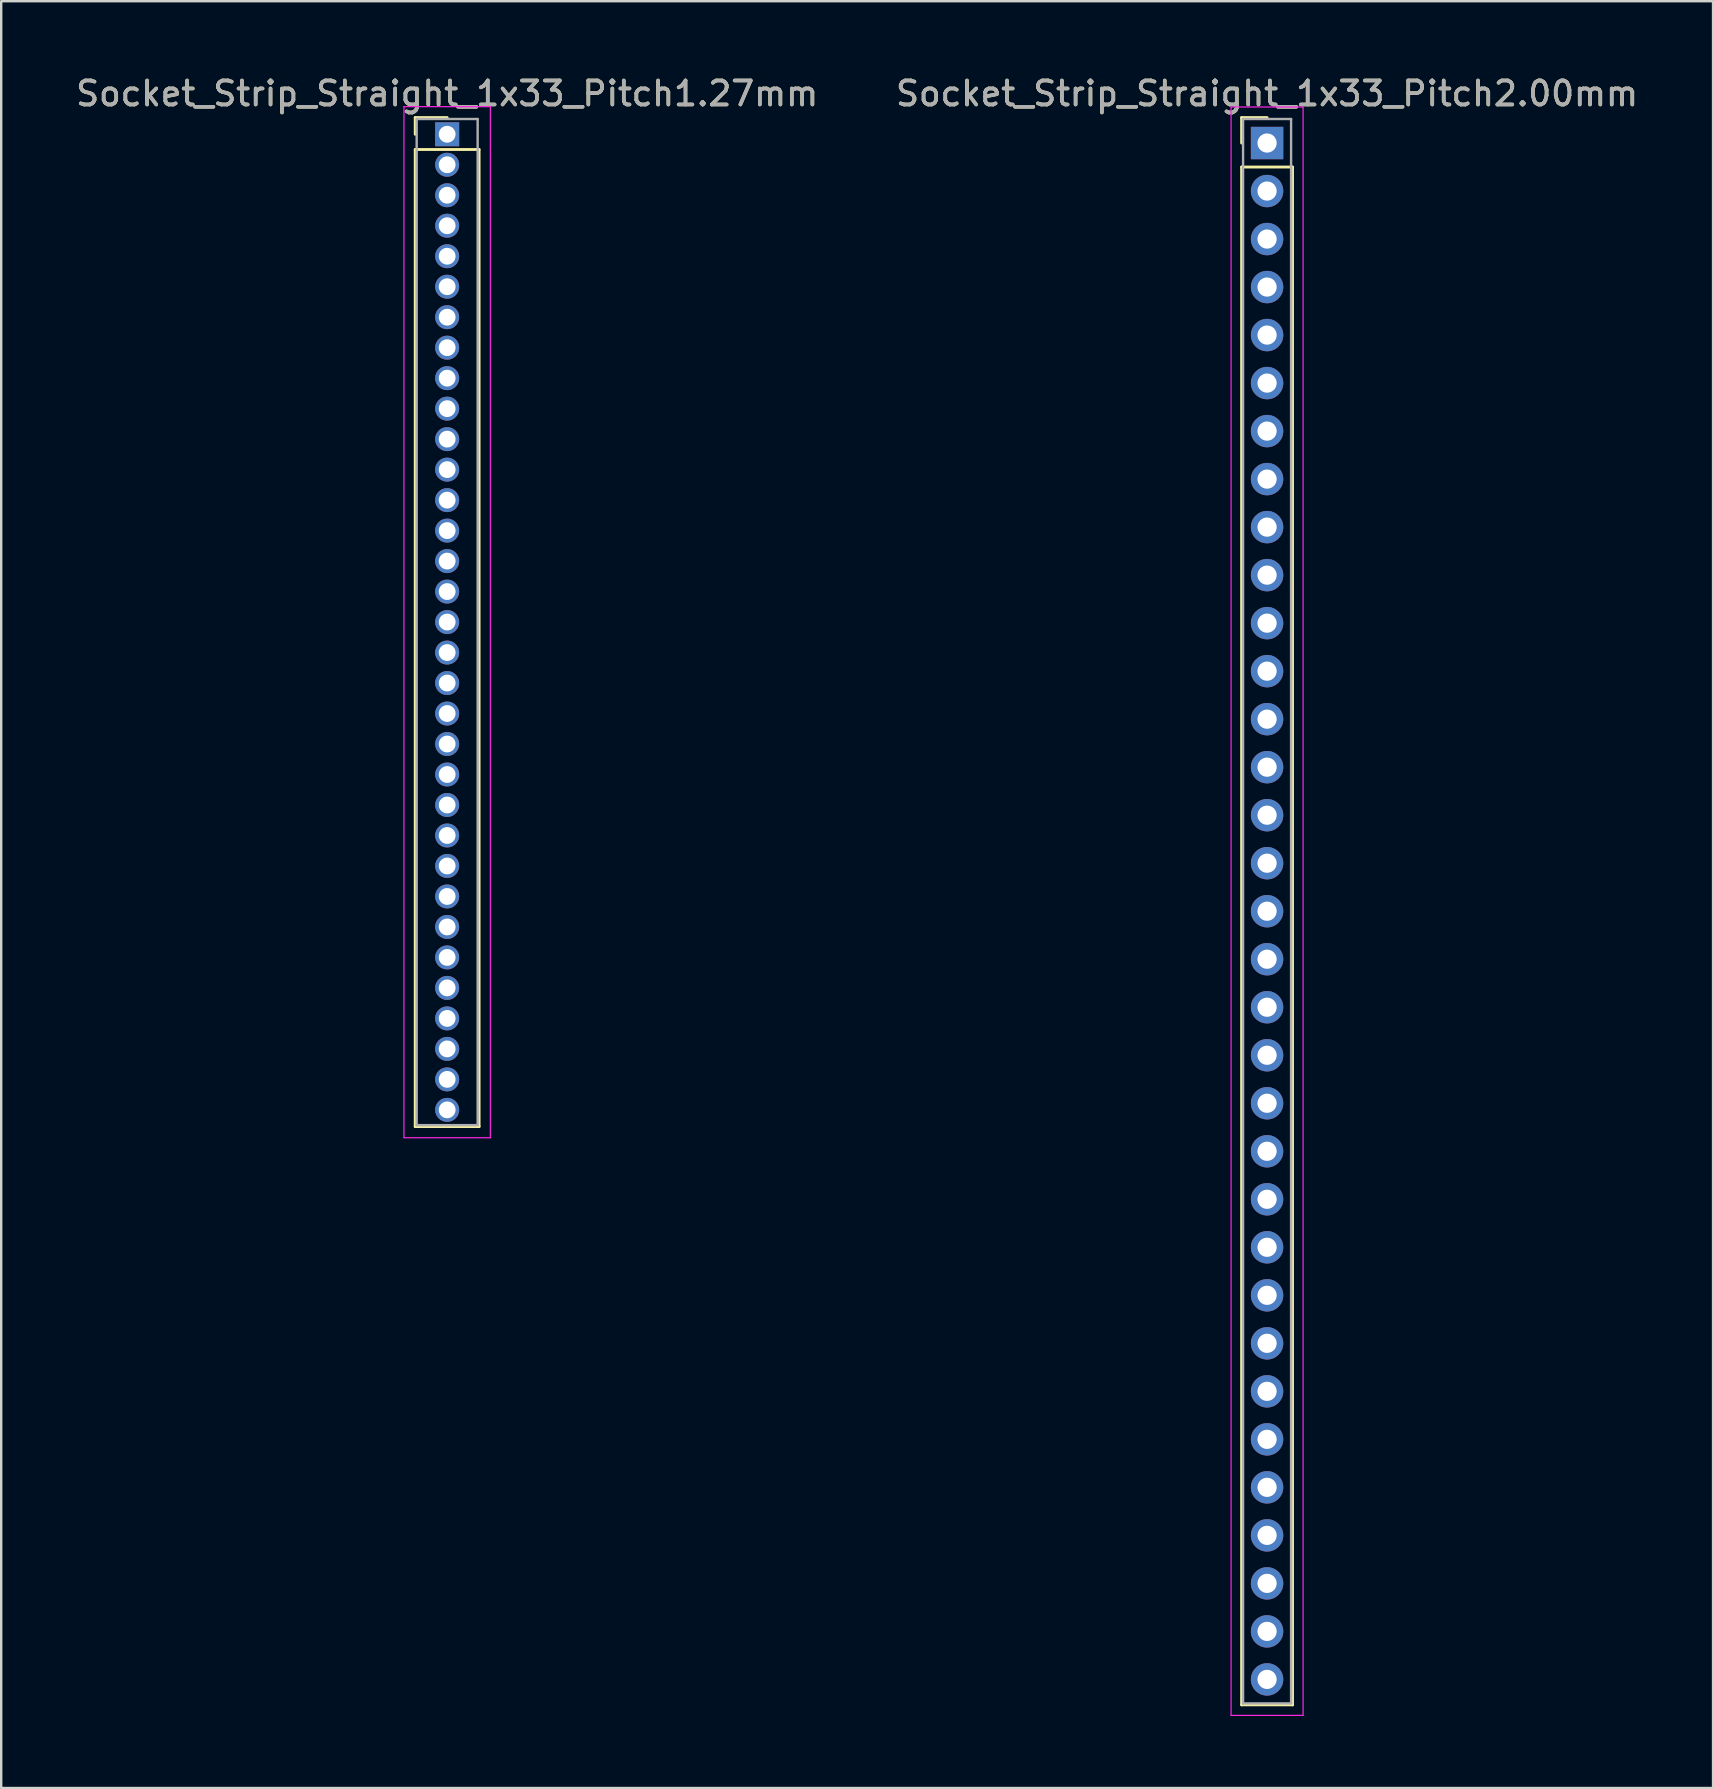
<source format=kicad_pcb>
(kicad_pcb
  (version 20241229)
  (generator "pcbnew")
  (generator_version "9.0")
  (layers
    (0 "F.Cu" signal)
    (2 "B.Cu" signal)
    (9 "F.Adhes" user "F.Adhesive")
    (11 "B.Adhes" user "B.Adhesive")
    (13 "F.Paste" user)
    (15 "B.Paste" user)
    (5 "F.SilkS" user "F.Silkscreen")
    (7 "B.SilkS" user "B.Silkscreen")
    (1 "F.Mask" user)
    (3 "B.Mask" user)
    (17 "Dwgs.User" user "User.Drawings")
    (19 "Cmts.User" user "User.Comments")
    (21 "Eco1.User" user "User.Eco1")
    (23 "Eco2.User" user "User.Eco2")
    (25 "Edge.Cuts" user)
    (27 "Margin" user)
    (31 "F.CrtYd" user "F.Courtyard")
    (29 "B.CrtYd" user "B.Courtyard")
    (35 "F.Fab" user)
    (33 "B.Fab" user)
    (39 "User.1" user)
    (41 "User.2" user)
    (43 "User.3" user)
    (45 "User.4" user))
  (footprint "Socket_Strip_Straight_1x33_Pitch2.00mm"
    (layer "F.Cu")
    (at 49.732 2.908)
    (property "Reference" "Socket_Strip_Straight_1x33_Pitch2.00mm" (at 0 -2.06 0) (layer "F.SilkS") (effects (font (size 1 1) (thickness 0.15))))
    (attr through_hole)
    (fp_line (start -1.06 -1.06) (end 0 -1.06) (stroke (width 0.12) (type solid)) (layer "F.SilkS"))
    (fp_line (start -1.06 0) (end -1.06 -1.06) (stroke (width 0.12) (type solid)) (layer "F.SilkS"))
    (fp_line (start -1.06 1) (end -1.06 65.06) (stroke (width 0.12) (type solid)) (layer "F.SilkS"))
    (fp_line (start -1.06 65.06) (end 1.06 65.06) (stroke (width 0.12) (type solid)) (layer "F.SilkS"))
    (fp_line (start 1.06 1) (end -1.06 1) (stroke (width 0.12) (type solid)) (layer "F.SilkS"))
    (fp_line (start 1.06 65.06) (end 1.06 1) (stroke (width 0.12) (type solid)) (layer "F.SilkS"))
    (fp_line (start -1.5 -1.5) (end -1.5 65.5) (stroke (width 0.05) (type solid)) (layer "F.CrtYd"))
    (fp_line (start -1.5 65.5) (end 1.5 65.5) (stroke (width 0.05) (type solid)) (layer "F.CrtYd"))
    (fp_line (start 1.5 -1.5) (end -1.5 -1.5) (stroke (width 0.05) (type solid)) (layer "F.CrtYd"))
    (fp_line (start 1.5 65.5) (end 1.5 -1.5) (stroke (width 0.05) (type solid)) (layer "F.CrtYd"))
    (fp_line (start -1 -1) (end -1 65) (stroke (width 0.1) (type solid)) (layer "F.Fab"))
    (fp_line (start -1 65) (end 1 65) (stroke (width 0.1) (type solid)) (layer "F.Fab"))
    (fp_line (start 1 -1) (end -1 -1) (stroke (width 0.1) (type solid)) (layer "F.Fab"))
    (fp_line (start 1 65) (end 1 -1) (stroke (width 0.1) (type solid)) (layer "F.Fab"))
    (fp_text user "${REFERENCE}" (at 0 -2.06 0) (layer "F.Fab") (effects (font (size 1 1) (thickness 0.15))))
    (pad "1" thru_hole rect (at 0 0) (size 1.35 1.35) (drill 0.8) (layers "*.Cu" "*.Mask"))
    (pad "2" thru_hole oval (at 0 2) (size 1.35 1.35) (drill 0.8) (layers "*.Cu" "*.Mask"))
    (pad "3" thru_hole oval (at 0 4) (size 1.35 1.35) (drill 0.8) (layers "*.Cu" "*.Mask"))
    (pad "4" thru_hole oval (at 0 6) (size 1.35 1.35) (drill 0.8) (layers "*.Cu" "*.Mask"))
    (pad "5" thru_hole oval (at 0 8) (size 1.35 1.35) (drill 0.8) (layers "*.Cu" "*.Mask"))
    (pad "6" thru_hole oval (at 0 10) (size 1.35 1.35) (drill 0.8) (layers "*.Cu" "*.Mask"))
    (pad "7" thru_hole oval (at 0 12) (size 1.35 1.35) (drill 0.8) (layers "*.Cu" "*.Mask"))
    (pad "8" thru_hole oval (at 0 14) (size 1.35 1.35) (drill 0.8) (layers "*.Cu" "*.Mask"))
    (pad "9" thru_hole oval (at 0 16) (size 1.35 1.35) (drill 0.8) (layers "*.Cu" "*.Mask"))
    (pad "10" thru_hole oval (at 0 18) (size 1.35 1.35) (drill 0.8) (layers "*.Cu" "*.Mask"))
    (pad "11" thru_hole oval (at 0 20) (size 1.35 1.35) (drill 0.8) (layers "*.Cu" "*.Mask"))
    (pad "12" thru_hole oval (at 0 22) (size 1.35 1.35) (drill 0.8) (layers "*.Cu" "*.Mask"))
    (pad "13" thru_hole oval (at 0 24) (size 1.35 1.35) (drill 0.8) (layers "*.Cu" "*.Mask"))
    (pad "14" thru_hole oval (at 0 26) (size 1.35 1.35) (drill 0.8) (layers "*.Cu" "*.Mask"))
    (pad "15" thru_hole oval (at 0 28) (size 1.35 1.35) (drill 0.8) (layers "*.Cu" "*.Mask"))
    (pad "16" thru_hole oval (at 0 30) (size 1.35 1.35) (drill 0.8) (layers "*.Cu" "*.Mask"))
    (pad "17" thru_hole oval (at 0 32) (size 1.35 1.35) (drill 0.8) (layers "*.Cu" "*.Mask"))
    (pad "18" thru_hole oval (at 0 34) (size 1.35 1.35) (drill 0.8) (layers "*.Cu" "*.Mask"))
    (pad "19" thru_hole oval (at 0 36) (size 1.35 1.35) (drill 0.8) (layers "*.Cu" "*.Mask"))
    (pad "20" thru_hole oval (at 0 38) (size 1.35 1.35) (drill 0.8) (layers "*.Cu" "*.Mask"))
    (pad "21" thru_hole oval (at 0 40) (size 1.35 1.35) (drill 0.8) (layers "*.Cu" "*.Mask"))
    (pad "22" thru_hole oval (at 0 42) (size 1.35 1.35) (drill 0.8) (layers "*.Cu" "*.Mask"))
    (pad "23" thru_hole oval (at 0 44) (size 1.35 1.35) (drill 0.8) (layers "*.Cu" "*.Mask"))
    (pad "24" thru_hole oval (at 0 46) (size 1.35 1.35) (drill 0.8) (layers "*.Cu" "*.Mask"))
    (pad "25" thru_hole oval (at 0 48) (size 1.35 1.35) (drill 0.8) (layers "*.Cu" "*.Mask"))
    (pad "26" thru_hole oval (at 0 50) (size 1.35 1.35) (drill 0.8) (layers "*.Cu" "*.Mask"))
    (pad "27" thru_hole oval (at 0 52) (size 1.35 1.35) (drill 0.8) (layers "*.Cu" "*.Mask"))
    (pad "28" thru_hole oval (at 0 54) (size 1.35 1.35) (drill 0.8) (layers "*.Cu" "*.Mask"))
    (pad "29" thru_hole oval (at 0 56) (size 1.35 1.35) (drill 0.8) (layers "*.Cu" "*.Mask"))
    (pad "30" thru_hole oval (at 0 58) (size 1.35 1.35) (drill 0.8) (layers "*.Cu" "*.Mask"))
    (pad "31" thru_hole oval (at 0 60) (size 1.35 1.35) (drill 0.8) (layers "*.Cu" "*.Mask"))
    (pad "32" thru_hole oval (at 0 62) (size 1.35 1.35) (drill 0.8) (layers "*.Cu" "*.Mask"))
    (pad "33" thru_hole oval (at 0 64) (size 1.35 1.35) (drill 0.8) (layers "*.Cu" "*.Mask")))
  (footprint "Socket_Strip_Straight_1x33_Pitch1.27mm"
    (layer "F.Cu")
    (at 15.577 2.543)
    (property "Reference" "Socket_Strip_Straight_1x33_Pitch1.27mm" (at 0 -1.695 0) (layer "F.SilkS") (effects (font (size 1 1) (thickness 0.15))))
    (attr through_hole)
    (fp_line (start -1.33 -0.695) (end 0 -0.695) (stroke (width 0.12) (type solid)) (layer "F.SilkS"))
    (fp_line (start -1.33 0) (end -1.33 -0.695) (stroke (width 0.12) (type solid)) (layer "F.SilkS"))
    (fp_line (start -1.33 0.635) (end -1.33 41.335) (stroke (width 0.12) (type solid)) (layer "F.SilkS"))
    (fp_line (start -1.33 41.335) (end 1.33 41.335) (stroke (width 0.12) (type solid)) (layer "F.SilkS"))
    (fp_line (start 1.33 0.635) (end -1.33 0.635) (stroke (width 0.12) (type solid)) (layer "F.SilkS"))
    (fp_line (start 1.33 41.335) (end 1.33 0.635) (stroke (width 0.12) (type solid)) (layer "F.SilkS"))
    (fp_line (start -1.8 -1.15) (end -1.8 41.8) (stroke (width 0.05) (type solid)) (layer "F.CrtYd"))
    (fp_line (start -1.8 41.8) (end 1.8 41.8) (stroke (width 0.05) (type solid)) (layer "F.CrtYd"))
    (fp_line (start 1.8 -1.15) (end -1.8 -1.15) (stroke (width 0.05) (type solid)) (layer "F.CrtYd"))
    (fp_line (start 1.8 41.8) (end 1.8 -1.15) (stroke (width 0.05) (type solid)) (layer "F.CrtYd"))
    (fp_line (start -1.27 -0.635) (end -1.27 41.275) (stroke (width 0.1) (type solid)) (layer "F.Fab"))
    (fp_line (start -1.27 41.275) (end 1.27 41.275) (stroke (width 0.1) (type solid)) (layer "F.Fab"))
    (fp_line (start 1.27 -0.635) (end -1.27 -0.635) (stroke (width 0.1) (type solid)) (layer "F.Fab"))
    (fp_line (start 1.27 41.275) (end 1.27 -0.635) (stroke (width 0.1) (type solid)) (layer "F.Fab"))
    (fp_text user "${REFERENCE}" (at 0 -1.695 0) (layer "F.Fab") (effects (font (size 1 1) (thickness 0.15))))
    (pad "1" thru_hole rect (at 0 0) (size 1 1) (drill 0.7) (layers "*.Cu" "*.Mask"))
    (pad "2" thru_hole oval (at 0 1.27) (size 1 1) (drill 0.7) (layers "*.Cu" "*.Mask"))
    (pad "3" thru_hole oval (at 0 2.54) (size 1 1) (drill 0.7) (layers "*.Cu" "*.Mask"))
    (pad "4" thru_hole oval (at 0 3.81) (size 1 1) (drill 0.7) (layers "*.Cu" "*.Mask"))
    (pad "5" thru_hole oval (at 0 5.08) (size 1 1) (drill 0.7) (layers "*.Cu" "*.Mask"))
    (pad "6" thru_hole oval (at 0 6.35) (size 1 1) (drill 0.7) (layers "*.Cu" "*.Mask"))
    (pad "7" thru_hole oval (at 0 7.62) (size 1 1) (drill 0.7) (layers "*.Cu" "*.Mask"))
    (pad "8" thru_hole oval (at 0 8.89) (size 1 1) (drill 0.7) (layers "*.Cu" "*.Mask"))
    (pad "9" thru_hole oval (at 0 10.16) (size 1 1) (drill 0.7) (layers "*.Cu" "*.Mask"))
    (pad "10" thru_hole oval (at 0 11.43) (size 1 1) (drill 0.7) (layers "*.Cu" "*.Mask"))
    (pad "11" thru_hole oval (at 0 12.7) (size 1 1) (drill 0.7) (layers "*.Cu" "*.Mask"))
    (pad "12" thru_hole oval (at 0 13.97) (size 1 1) (drill 0.7) (layers "*.Cu" "*.Mask"))
    (pad "13" thru_hole oval (at 0 15.24) (size 1 1) (drill 0.7) (layers "*.Cu" "*.Mask"))
    (pad "14" thru_hole oval (at 0 16.51) (size 1 1) (drill 0.7) (layers "*.Cu" "*.Mask"))
    (pad "15" thru_hole oval (at 0 17.78) (size 1 1) (drill 0.7) (layers "*.Cu" "*.Mask"))
    (pad "16" thru_hole oval (at 0 19.05) (size 1 1) (drill 0.7) (layers "*.Cu" "*.Mask"))
    (pad "17" thru_hole oval (at 0 20.32) (size 1 1) (drill 0.7) (layers "*.Cu" "*.Mask"))
    (pad "18" thru_hole oval (at 0 21.59) (size 1 1) (drill 0.7) (layers "*.Cu" "*.Mask"))
    (pad "19" thru_hole oval (at 0 22.86) (size 1 1) (drill 0.7) (layers "*.Cu" "*.Mask"))
    (pad "20" thru_hole oval (at 0 24.13) (size 1 1) (drill 0.7) (layers "*.Cu" "*.Mask"))
    (pad "21" thru_hole oval (at 0 25.4) (size 1 1) (drill 0.7) (layers "*.Cu" "*.Mask"))
    (pad "22" thru_hole oval (at 0 26.67) (size 1 1) (drill 0.7) (layers "*.Cu" "*.Mask"))
    (pad "23" thru_hole oval (at 0 27.94) (size 1 1) (drill 0.7) (layers "*.Cu" "*.Mask"))
    (pad "24" thru_hole oval (at 0 29.21) (size 1 1) (drill 0.7) (layers "*.Cu" "*.Mask"))
    (pad "25" thru_hole oval (at 0 30.48) (size 1 1) (drill 0.7) (layers "*.Cu" "*.Mask"))
    (pad "26" thru_hole oval (at 0 31.75) (size 1 1) (drill 0.7) (layers "*.Cu" "*.Mask"))
    (pad "27" thru_hole oval (at 0 33.02) (size 1 1) (drill 0.7) (layers "*.Cu" "*.Mask"))
    (pad "28" thru_hole oval (at 0 34.29) (size 1 1) (drill 0.7) (layers "*.Cu" "*.Mask"))
    (pad "29" thru_hole oval (at 0 35.56) (size 1 1) (drill 0.7) (layers "*.Cu" "*.Mask"))
    (pad "30" thru_hole oval (at 0 36.83) (size 1 1) (drill 0.7) (layers "*.Cu" "*.Mask"))
    (pad "31" thru_hole oval (at 0 38.1) (size 1 1) (drill 0.7) (layers "*.Cu" "*.Mask"))
    (pad "32" thru_hole oval (at 0 39.37) (size 1 1) (drill 0.7) (layers "*.Cu" "*.Mask"))
    (pad "33" thru_hole oval (at 0 40.64) (size 1 1) (drill 0.7) (layers "*.Cu" "*.Mask")))
  (gr_rect
    (start -3 -3)
    (end 68.31 71.433)
    (stroke (width 0.1) (type default))
    (fill no)
    (layer "Edge.Cuts")))
</source>
